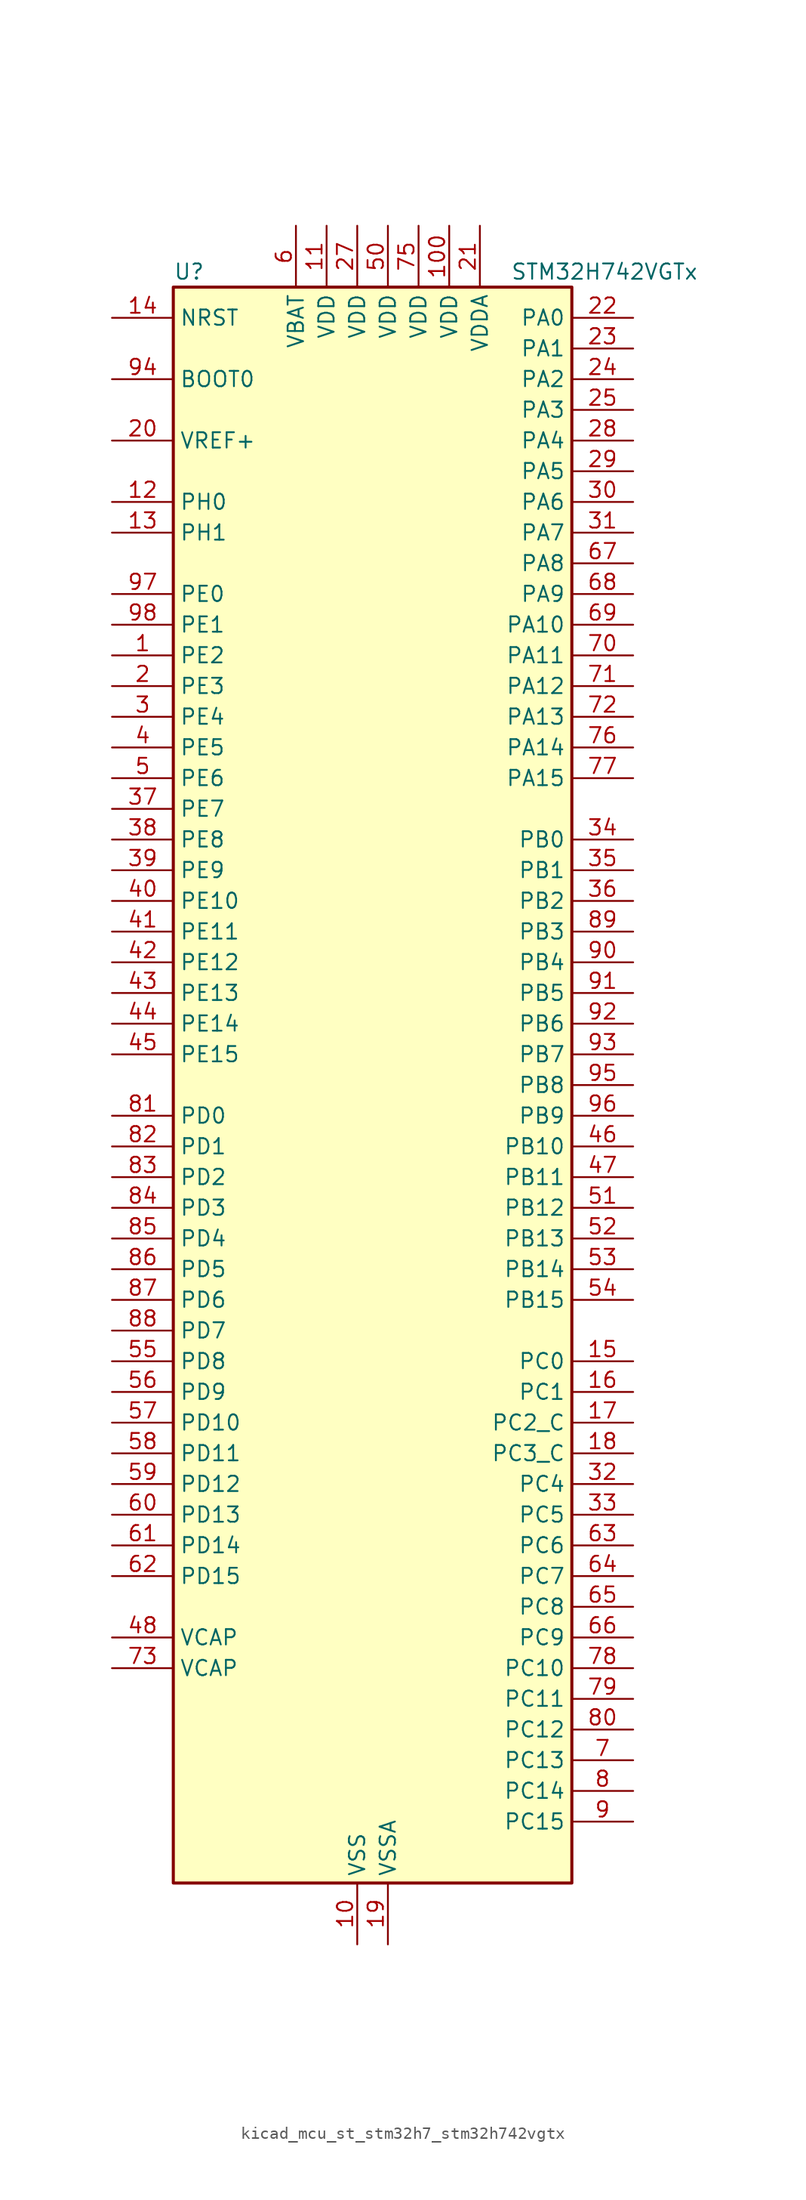
<source format=kicad_sym>
(kicad_symbol_lib
  (version 20220914)
  (generator kicad_symbol_editor)
  (symbol "kicad_mcu_st_stm32h7_stm32h742vgtx"
    (property "Reference" "U"
      (at -15.24 67.31 0)
      (effects (font (size 1.27 1.27)) (justify left)))
    (property "Value" "STM32H742VGTx"
      (at 12.7 67.31 0)
      (effects (font (size 1.27 1.27)) (justify left)))
    (property "ki_locked" ""
      (at 0 0 0)
      (effects (font (size 1.27 1.27))))
    (symbol "kicad_mcu_st_stm32h7_stm32h742vgtx_0_1"
      (rectangle (start -15.24 -66.04) (end 17.78 66.04) (stroke (width 0.254) (type default)) (fill (type background))))
    (symbol "kicad_mcu_st_stm32h7_stm32h742vgtx_1_1"
      (pin bidirectional line (at -20.32 35.56 0) (length 5.08) (name "PE2" (effects (font (size 1.27 1.27)))) (number "1" (effects (font (size 1.27 1.27)))) (alternate "DEBUG_TRACECLK" bidirectional line) (alternate "ETH_TXD3" bidirectional line) (alternate "FMC_A23" bidirectional line) (alternate "QUADSPI_BK1_IO2" bidirectional line) (alternate "SAI1_CK1" bidirectional line) (alternate "SAI1_MCLK_A" bidirectional line) (alternate "SAI4_CK1" bidirectional line) (alternate "SAI4_MCLK_A" bidirectional line) (alternate "SPI4_SCK" bidirectional line))
      (pin power_in line (at 0 -71.12 90) (length 5.08) (name "VSS" (effects (font (size 1.27 1.27)))) (number "10" (effects (font (size 1.27 1.27)))))
      (pin power_in line (at 7.62 71.12 270) (length 5.08) (name "VDD" (effects (font (size 1.27 1.27)))) (number "100" (effects (font (size 1.27 1.27)))))
      (pin power_in line (at -2.54 71.12 270) (length 5.08) (name "VDD" (effects (font (size 1.27 1.27)))) (number "11" (effects (font (size 1.27 1.27)))))
      (pin bidirectional line (at -20.32 48.26 0) (length 5.08) (name "PH0" (effects (font (size 1.27 1.27)))) (number "12" (effects (font (size 1.27 1.27)))) (alternate "RCC_OSC_IN" bidirectional line))
      (pin bidirectional line (at -20.32 45.72 0) (length 5.08) (name "PH1" (effects (font (size 1.27 1.27)))) (number "13" (effects (font (size 1.27 1.27)))) (alternate "RCC_OSC_OUT" bidirectional line))
      (pin input line (at -20.32 63.5 0) (length 5.08) (name "NRST" (effects (font (size 1.27 1.27)))) (number "14" (effects (font (size 1.27 1.27)))))
      (pin bidirectional line (at 22.86 -22.86 180) (length 5.08) (name "PC0" (effects (font (size 1.27 1.27)))) (number "15" (effects (font (size 1.27 1.27)))) (alternate "ADC1_INP10" bidirectional line) (alternate "ADC2_INP10" bidirectional line) (alternate "ADC3_INP10" bidirectional line) (alternate "DFSDM1_CKIN0" bidirectional line) (alternate "DFSDM1_DATIN4" bidirectional line) (alternate "FMC_SDNWE" bidirectional line) (alternate "SAI2_FS_B" bidirectional line) (alternate "USB_OTG_HS_ULPI_STP" bidirectional line))
      (pin bidirectional line (at 22.86 -25.4 180) (length 5.08) (name "PC1" (effects (font (size 1.27 1.27)))) (number "16" (effects (font (size 1.27 1.27)))) (alternate "ADC1_INN10" bidirectional line) (alternate "ADC1_INP11" bidirectional line) (alternate "ADC2_INN10" bidirectional line) (alternate "ADC2_INP11" bidirectional line) (alternate "ADC3_INN10" bidirectional line) (alternate "ADC3_INP11" bidirectional line) (alternate "DEBUG_TRACED0" bidirectional line) (alternate "DFSDM1_CKIN4" bidirectional line) (alternate "DFSDM1_DATIN0" bidirectional line) (alternate "ETH_MDC" bidirectional line) (alternate "I2S2_SDO" bidirectional line) (alternate "MDIOS_MDC" bidirectional line) (alternate "PWR_WKUP5" bidirectional line) (alternate "RTC_TAMP3" bidirectional line) (alternate "SAI1_D1" bidirectional line) (alternate "SAI1_SD_A" bidirectional line) (alternate "SAI4_D1" bidirectional line) (alternate "SAI4_SD_A" bidirectional line) (alternate "SDMMC2_CK" bidirectional line) (alternate "SPI2_MOSI" bidirectional line))
      (pin bidirectional line (at 22.86 -27.94 180) (length 5.08) (name "PC2_C" (effects (font (size 1.27 1.27)))) (number "17" (effects (font (size 1.27 1.27)))) (alternate "ADC3_INN1" bidirectional line) (alternate "ADC3_INP0" bidirectional line) (alternate "DFSDM1_CKIN1" bidirectional line) (alternate "DFSDM1_CKOUT" bidirectional line) (alternate "ETH_TXD2" bidirectional line) (alternate "FMC_SDNE0" bidirectional line) (alternate "I2S2_SDI" bidirectional line) (alternate "PWR_CSTOP" bidirectional line) (alternate "SPI2_MISO" bidirectional line) (alternate "USB_OTG_HS_ULPI_DIR" bidirectional line))
      (pin bidirectional line (at 22.86 -30.48 180) (length 5.08) (name "PC3_C" (effects (font (size 1.27 1.27)))) (number "18" (effects (font (size 1.27 1.27)))) (alternate "ADC3_INP1" bidirectional line) (alternate "DFSDM1_DATIN1" bidirectional line) (alternate "ETH_TX_CLK" bidirectional line) (alternate "FMC_SDCKE0" bidirectional line) (alternate "I2S2_SDO" bidirectional line) (alternate "PWR_CSLEEP" bidirectional line) (alternate "SPI2_MOSI" bidirectional line) (alternate "USB_OTG_HS_ULPI_NXT" bidirectional line))
      (pin power_in line (at 2.54 -71.12 90) (length 5.08) (name "VSSA" (effects (font (size 1.27 1.27)))) (number "19" (effects (font (size 1.27 1.27)))))
      (pin bidirectional line (at -20.32 33.02 0) (length 5.08) (name "PE3" (effects (font (size 1.27 1.27)))) (number "2" (effects (font (size 1.27 1.27)))) (alternate "DEBUG_TRACED0" bidirectional line) (alternate "FMC_A19" bidirectional line) (alternate "SAI1_SD_B" bidirectional line) (alternate "SAI4_SD_B" bidirectional line) (alternate "TIM15_BKIN" bidirectional line))
      (pin input line (at -20.32 53.34 0) (length 5.08) (name "VREF+" (effects (font (size 1.27 1.27)))) (number "20" (effects (font (size 1.27 1.27)))) (alternate "VREFBUF_OUT" bidirectional line))
      (pin power_in line (at 10.16 71.12 270) (length 5.08) (name "VDDA" (effects (font (size 1.27 1.27)))) (number "21" (effects (font (size 1.27 1.27)))))
      (pin bidirectional line (at 22.86 63.5 180) (length 5.08) (name "PA0" (effects (font (size 1.27 1.27)))) (number "22" (effects (font (size 1.27 1.27)))) (alternate "ADC1_INP16" bidirectional line) (alternate "ETH_CRS" bidirectional line) (alternate "PWR_WKUP0" bidirectional line) (alternate "SAI2_SD_B" bidirectional line) (alternate "SDMMC2_CMD" bidirectional line) (alternate "TIM15_BKIN" bidirectional line) (alternate "TIM2_CH1" bidirectional line) (alternate "TIM2_ETR" bidirectional line) (alternate "TIM5_CH1" bidirectional line) (alternate "TIM8_ETR" bidirectional line) (alternate "UART4_TX" bidirectional line) (alternate "USART2_CTS" bidirectional line) (alternate "USART2_NSS" bidirectional line))
      (pin bidirectional line (at 22.86 60.96 180) (length 5.08) (name "PA1" (effects (font (size 1.27 1.27)))) (number "23" (effects (font (size 1.27 1.27)))) (alternate "ADC1_INN16" bidirectional line) (alternate "ADC1_INP17" bidirectional line) (alternate "ETH_REF_CLK" bidirectional line) (alternate "ETH_RX_CLK" bidirectional line) (alternate "LPTIM3_OUT" bidirectional line) (alternate "QUADSPI_BK1_IO3" bidirectional line) (alternate "SAI2_MCLK_B" bidirectional line) (alternate "TIM15_CH1N" bidirectional line) (alternate "TIM2_CH2" bidirectional line) (alternate "TIM5_CH2" bidirectional line) (alternate "UART4_RX" bidirectional line) (alternate "USART2_DE" bidirectional line) (alternate "USART2_RTS" bidirectional line))
      (pin bidirectional line (at 22.86 58.42 180) (length 5.08) (name "PA2" (effects (font (size 1.27 1.27)))) (number "24" (effects (font (size 1.27 1.27)))) (alternate "ADC1_INP14" bidirectional line) (alternate "ADC2_INP14" bidirectional line) (alternate "ETH_MDIO" bidirectional line) (alternate "LPTIM4_OUT" bidirectional line) (alternate "MDIOS_MDIO" bidirectional line) (alternate "PWR_WKUP1" bidirectional line) (alternate "SAI2_SCK_B" bidirectional line) (alternate "TIM15_CH1" bidirectional line) (alternate "TIM2_CH3" bidirectional line) (alternate "TIM5_CH3" bidirectional line) (alternate "USART2_TX" bidirectional line))
      (pin bidirectional line (at 22.86 55.88 180) (length 5.08) (name "PA3" (effects (font (size 1.27 1.27)))) (number "25" (effects (font (size 1.27 1.27)))) (alternate "ADC1_INP15" bidirectional line) (alternate "ADC2_INP15" bidirectional line) (alternate "ETH_COL" bidirectional line) (alternate "LPTIM5_OUT" bidirectional line) (alternate "TIM15_CH2" bidirectional line) (alternate "TIM2_CH4" bidirectional line) (alternate "TIM5_CH4" bidirectional line) (alternate "USART2_RX" bidirectional line) (alternate "USB_OTG_HS_ULPI_D0" bidirectional line))
      (pin passive line (at 0 -71.12 90) (length 5.08) hide (name "VSS" (effects (font (size 1.27 1.27)))) (number "26" (effects (font (size 1.27 1.27)))))
      (pin power_in line (at 0 71.12 270) (length 5.08) (name "VDD" (effects (font (size 1.27 1.27)))) (number "27" (effects (font (size 1.27 1.27)))))
      (pin bidirectional line (at 22.86 53.34 180) (length 5.08) (name "PA4" (effects (font (size 1.27 1.27)))) (number "28" (effects (font (size 1.27 1.27)))) (alternate "ADC1_INP18" bidirectional line) (alternate "ADC2_INP18" bidirectional line) (alternate "DAC1_OUT1" bidirectional line) (alternate "DCMI_HSYNC" bidirectional line) (alternate "I2S1_WS" bidirectional line) (alternate "I2S3_WS" bidirectional line) (alternate "SPI1_NSS" bidirectional line) (alternate "SPI3_NSS" bidirectional line) (alternate "SPI6_NSS" bidirectional line) (alternate "TIM5_ETR" bidirectional line) (alternate "USART2_CK" bidirectional line) (alternate "USB_OTG_HS_SOF" bidirectional line))
      (pin bidirectional line (at 22.86 50.8 180) (length 5.08) (name "PA5" (effects (font (size 1.27 1.27)))) (number "29" (effects (font (size 1.27 1.27)))) (alternate "ADC1_INN18" bidirectional line) (alternate "ADC1_INP19" bidirectional line) (alternate "ADC2_INN18" bidirectional line) (alternate "ADC2_INP19" bidirectional line) (alternate "DAC1_OUT2" bidirectional line) (alternate "I2S1_CK" bidirectional line) (alternate "PWR_NDSTOP2" bidirectional line) (alternate "SPI1_SCK" bidirectional line) (alternate "SPI6_SCK" bidirectional line) (alternate "TIM2_CH1" bidirectional line) (alternate "TIM2_ETR" bidirectional line) (alternate "TIM8_CH1N" bidirectional line) (alternate "USB_OTG_HS_ULPI_CK" bidirectional line))
      (pin bidirectional line (at -20.32 30.48 0) (length 5.08) (name "PE4" (effects (font (size 1.27 1.27)))) (number "3" (effects (font (size 1.27 1.27)))) (alternate "DCMI_D4" bidirectional line) (alternate "DEBUG_TRACED1" bidirectional line) (alternate "DFSDM1_DATIN3" bidirectional line) (alternate "FMC_A20" bidirectional line) (alternate "SAI1_D2" bidirectional line) (alternate "SAI1_FS_A" bidirectional line) (alternate "SAI4_D2" bidirectional line) (alternate "SAI4_FS_A" bidirectional line) (alternate "SPI4_NSS" bidirectional line) (alternate "TIM15_CH1N" bidirectional line))
      (pin bidirectional line (at 22.86 48.26 180) (length 5.08) (name "PA6" (effects (font (size 1.27 1.27)))) (number "30" (effects (font (size 1.27 1.27)))) (alternate "ADC1_INP3" bidirectional line) (alternate "ADC2_INP3" bidirectional line) (alternate "DCMI_PIXCLK" bidirectional line) (alternate "I2S1_SDI" bidirectional line) (alternate "MDIOS_MDC" bidirectional line) (alternate "SPI1_MISO" bidirectional line) (alternate "SPI6_MISO" bidirectional line) (alternate "TIM13_CH1" bidirectional line) (alternate "TIM1_BKIN" bidirectional line) (alternate "TIM1_BKIN_COMP1" bidirectional line) (alternate "TIM1_BKIN_COMP2" bidirectional line) (alternate "TIM3_CH1" bidirectional line) (alternate "TIM8_BKIN" bidirectional line) (alternate "TIM8_BKIN_COMP1" bidirectional line) (alternate "TIM8_BKIN_COMP2" bidirectional line))
      (pin bidirectional line (at 22.86 45.72 180) (length 5.08) (name "PA7" (effects (font (size 1.27 1.27)))) (number "31" (effects (font (size 1.27 1.27)))) (alternate "ADC1_INN3" bidirectional line) (alternate "ADC1_INP7" bidirectional line) (alternate "ADC2_INN3" bidirectional line) (alternate "ADC2_INP7" bidirectional line) (alternate "ETH_CRS_DV" bidirectional line) (alternate "ETH_RX_DV" bidirectional line) (alternate "FMC_SDNWE" bidirectional line) (alternate "I2S1_SDO" bidirectional line) (alternate "OPAMP1_VINM" bidirectional line) (alternate "OPAMP1_VINM1" bidirectional line) (alternate "SPI1_MOSI" bidirectional line) (alternate "SPI6_MOSI" bidirectional line) (alternate "TIM14_CH1" bidirectional line) (alternate "TIM1_CH1N" bidirectional line) (alternate "TIM3_CH2" bidirectional line) (alternate "TIM8_CH1N" bidirectional line))
      (pin bidirectional line (at 22.86 -33.02 180) (length 5.08) (name "PC4" (effects (font (size 1.27 1.27)))) (number "32" (effects (font (size 1.27 1.27)))) (alternate "ADC1_INP4" bidirectional line) (alternate "ADC2_INP4" bidirectional line) (alternate "COMP1_INM" bidirectional line) (alternate "DFSDM1_CKIN2" bidirectional line) (alternate "ETH_RXD0" bidirectional line) (alternate "FMC_SDNE0" bidirectional line) (alternate "I2S1_MCK" bidirectional line) (alternate "OPAMP1_VOUT" bidirectional line) (alternate "SPDIFRX1_IN2" bidirectional line))
      (pin bidirectional line (at 22.86 -35.56 180) (length 5.08) (name "PC5" (effects (font (size 1.27 1.27)))) (number "33" (effects (font (size 1.27 1.27)))) (alternate "ADC1_INN4" bidirectional line) (alternate "ADC1_INP8" bidirectional line) (alternate "ADC2_INN4" bidirectional line) (alternate "ADC2_INP8" bidirectional line) (alternate "COMP1_OUT" bidirectional line) (alternate "DFSDM1_DATIN2" bidirectional line) (alternate "ETH_RXD1" bidirectional line) (alternate "FMC_SDCKE0" bidirectional line) (alternate "OPAMP1_VINM" bidirectional line) (alternate "OPAMP1_VINM0" bidirectional line) (alternate "SAI1_D3" bidirectional line) (alternate "SAI4_D3" bidirectional line) (alternate "SPDIFRX1_IN3" bidirectional line))
      (pin bidirectional line (at 22.86 20.32 180) (length 5.08) (name "PB0" (effects (font (size 1.27 1.27)))) (number "34" (effects (font (size 1.27 1.27)))) (alternate "ADC1_INN5" bidirectional line) (alternate "ADC1_INP9" bidirectional line) (alternate "ADC2_INN5" bidirectional line) (alternate "ADC2_INP9" bidirectional line) (alternate "COMP1_INP" bidirectional line) (alternate "DFSDM1_CKOUT" bidirectional line) (alternate "ETH_RXD2" bidirectional line) (alternate "OPAMP1_VINP" bidirectional line) (alternate "TIM1_CH2N" bidirectional line) (alternate "TIM3_CH3" bidirectional line) (alternate "TIM8_CH2N" bidirectional line) (alternate "UART4_CTS" bidirectional line) (alternate "USB_OTG_HS_ULPI_D1" bidirectional line))
      (pin bidirectional line (at 22.86 17.78 180) (length 5.08) (name "PB1" (effects (font (size 1.27 1.27)))) (number "35" (effects (font (size 1.27 1.27)))) (alternate "ADC1_INP5" bidirectional line) (alternate "ADC2_INP5" bidirectional line) (alternate "COMP1_INM" bidirectional line) (alternate "DFSDM1_DATIN1" bidirectional line) (alternate "ETH_RXD3" bidirectional line) (alternate "TIM1_CH3N" bidirectional line) (alternate "TIM3_CH4" bidirectional line) (alternate "TIM8_CH3N" bidirectional line) (alternate "USB_OTG_HS_ULPI_D2" bidirectional line))
      (pin bidirectional line (at 22.86 15.24 180) (length 5.08) (name "PB2" (effects (font (size 1.27 1.27)))) (number "36" (effects (font (size 1.27 1.27)))) (alternate "COMP1_INP" bidirectional line) (alternate "DFSDM1_CKIN1" bidirectional line) (alternate "I2S3_SDO" bidirectional line) (alternate "QUADSPI_CLK" bidirectional line) (alternate "RTC_OUT_ALARM" bidirectional line) (alternate "RTC_OUT_CALIB" bidirectional line) (alternate "SAI1_D1" bidirectional line) (alternate "SAI1_SD_A" bidirectional line) (alternate "SAI4_D1" bidirectional line) (alternate "SAI4_SD_A" bidirectional line) (alternate "SPI3_MOSI" bidirectional line))
      (pin bidirectional line (at -20.32 22.86 0) (length 5.08) (name "PE7" (effects (font (size 1.27 1.27)))) (number "37" (effects (font (size 1.27 1.27)))) (alternate "COMP2_INM" bidirectional line) (alternate "DFSDM1_DATIN2" bidirectional line) (alternate "FMC_D4" bidirectional line) (alternate "FMC_DA4" bidirectional line) (alternate "OPAMP2_VOUT" bidirectional line) (alternate "QUADSPI_BK2_IO0" bidirectional line) (alternate "TIM1_ETR" bidirectional line) (alternate "UART7_RX" bidirectional line))
      (pin bidirectional line (at -20.32 20.32 0) (length 5.08) (name "PE8" (effects (font (size 1.27 1.27)))) (number "38" (effects (font (size 1.27 1.27)))) (alternate "COMP2_OUT" bidirectional line) (alternate "DFSDM1_CKIN2" bidirectional line) (alternate "FMC_D5" bidirectional line) (alternate "FMC_DA5" bidirectional line) (alternate "OPAMP2_VINM" bidirectional line) (alternate "OPAMP2_VINM0" bidirectional line) (alternate "QUADSPI_BK2_IO1" bidirectional line) (alternate "TIM1_CH1N" bidirectional line) (alternate "UART7_TX" bidirectional line))
      (pin bidirectional line (at -20.32 17.78 0) (length 5.08) (name "PE9" (effects (font (size 1.27 1.27)))) (number "39" (effects (font (size 1.27 1.27)))) (alternate "COMP2_INP" bidirectional line) (alternate "DAC1_EXTI9" bidirectional line) (alternate "DFSDM1_CKOUT" bidirectional line) (alternate "FMC_D6" bidirectional line) (alternate "FMC_DA6" bidirectional line) (alternate "OPAMP2_VINP" bidirectional line) (alternate "QUADSPI_BK2_IO2" bidirectional line) (alternate "TIM1_CH1" bidirectional line) (alternate "UART7_DE" bidirectional line) (alternate "UART7_RTS" bidirectional line))
      (pin bidirectional line (at -20.32 27.94 0) (length 5.08) (name "PE5" (effects (font (size 1.27 1.27)))) (number "4" (effects (font (size 1.27 1.27)))) (alternate "DCMI_D6" bidirectional line) (alternate "DEBUG_TRACED2" bidirectional line) (alternate "DFSDM1_CKIN3" bidirectional line) (alternate "FMC_A21" bidirectional line) (alternate "SAI1_CK2" bidirectional line) (alternate "SAI1_SCK_A" bidirectional line) (alternate "SAI4_CK2" bidirectional line) (alternate "SAI4_SCK_A" bidirectional line) (alternate "SPI4_MISO" bidirectional line) (alternate "TIM15_CH1" bidirectional line))
      (pin bidirectional line (at -20.32 15.24 0) (length 5.08) (name "PE10" (effects (font (size 1.27 1.27)))) (number "40" (effects (font (size 1.27 1.27)))) (alternate "COMP2_INM" bidirectional line) (alternate "DFSDM1_DATIN4" bidirectional line) (alternate "FMC_D7" bidirectional line) (alternate "FMC_DA7" bidirectional line) (alternate "QUADSPI_BK2_IO3" bidirectional line) (alternate "TIM1_CH2N" bidirectional line) (alternate "UART7_CTS" bidirectional line))
      (pin bidirectional line (at -20.32 12.7 0) (length 5.08) (name "PE11" (effects (font (size 1.27 1.27)))) (number "41" (effects (font (size 1.27 1.27)))) (alternate "ADC1_EXTI11" bidirectional line) (alternate "ADC2_EXTI11" bidirectional line) (alternate "ADC3_EXTI11" bidirectional line) (alternate "COMP2_INP" bidirectional line) (alternate "DFSDM1_CKIN4" bidirectional line) (alternate "FMC_D8" bidirectional line) (alternate "FMC_DA8" bidirectional line) (alternate "SAI2_SD_B" bidirectional line) (alternate "SPI4_NSS" bidirectional line) (alternate "TIM1_CH2" bidirectional line))
      (pin bidirectional line (at -20.32 10.16 0) (length 5.08) (name "PE12" (effects (font (size 1.27 1.27)))) (number "42" (effects (font (size 1.27 1.27)))) (alternate "COMP1_OUT" bidirectional line) (alternate "DFSDM1_DATIN5" bidirectional line) (alternate "FMC_D9" bidirectional line) (alternate "FMC_DA9" bidirectional line) (alternate "SAI2_SCK_B" bidirectional line) (alternate "SPI4_SCK" bidirectional line) (alternate "TIM1_CH3N" bidirectional line))
      (pin bidirectional line (at -20.32 7.62 0) (length 5.08) (name "PE13" (effects (font (size 1.27 1.27)))) (number "43" (effects (font (size 1.27 1.27)))) (alternate "COMP2_OUT" bidirectional line) (alternate "DFSDM1_CKIN5" bidirectional line) (alternate "FMC_D10" bidirectional line) (alternate "FMC_DA10" bidirectional line) (alternate "SAI2_FS_B" bidirectional line) (alternate "SPI4_MISO" bidirectional line) (alternate "TIM1_CH3" bidirectional line))
      (pin bidirectional line (at -20.32 5.08 0) (length 5.08) (name "PE14" (effects (font (size 1.27 1.27)))) (number "44" (effects (font (size 1.27 1.27)))) (alternate "FMC_D11" bidirectional line) (alternate "FMC_DA11" bidirectional line) (alternate "SAI2_MCLK_B" bidirectional line) (alternate "SPI4_MOSI" bidirectional line) (alternate "TIM1_CH4" bidirectional line))
      (pin bidirectional line (at -20.32 2.54 0) (length 5.08) (name "PE15" (effects (font (size 1.27 1.27)))) (number "45" (effects (font (size 1.27 1.27)))) (alternate "ADC1_EXTI15" bidirectional line) (alternate "ADC2_EXTI15" bidirectional line) (alternate "ADC3_EXTI15" bidirectional line) (alternate "FMC_D12" bidirectional line) (alternate "FMC_DA12" bidirectional line) (alternate "TIM1_BKIN" bidirectional line) (alternate "TIM1_BKIN_COMP1" bidirectional line) (alternate "TIM1_BKIN_COMP2" bidirectional line))
      (pin bidirectional line (at 22.86 -5.08 180) (length 5.08) (name "PB10" (effects (font (size 1.27 1.27)))) (number "46" (effects (font (size 1.27 1.27)))) (alternate "DFSDM1_DATIN7" bidirectional line) (alternate "ETH_RX_ER" bidirectional line) (alternate "HRTIM_SCOUT" bidirectional line) (alternate "I2C2_SCL" bidirectional line) (alternate "I2S2_CK" bidirectional line) (alternate "LPTIM2_IN1" bidirectional line) (alternate "QUADSPI_BK1_NCS" bidirectional line) (alternate "SPI2_SCK" bidirectional line) (alternate "TIM2_CH3" bidirectional line) (alternate "USART3_TX" bidirectional line) (alternate "USB_OTG_HS_ULPI_D3" bidirectional line))
      (pin bidirectional line (at 22.86 -7.62 180) (length 5.08) (name "PB11" (effects (font (size 1.27 1.27)))) (number "47" (effects (font (size 1.27 1.27)))) (alternate "ADC1_EXTI11" bidirectional line) (alternate "ADC2_EXTI11" bidirectional line) (alternate "ADC3_EXTI11" bidirectional line) (alternate "DFSDM1_CKIN7" bidirectional line) (alternate "ETH_TX_EN" bidirectional line) (alternate "HRTIM_SCIN" bidirectional line) (alternate "I2C2_SDA" bidirectional line) (alternate "LPTIM2_ETR" bidirectional line) (alternate "TIM2_CH4" bidirectional line) (alternate "USART3_RX" bidirectional line) (alternate "USB_OTG_HS_ULPI_D4" bidirectional line))
      (pin power_out line (at -20.32 -45.72 0) (length 5.08) (name "VCAP" (effects (font (size 1.27 1.27)))) (number "48" (effects (font (size 1.27 1.27)))))
      (pin passive line (at 0 -71.12 90) (length 5.08) hide (name "VSS" (effects (font (size 1.27 1.27)))) (number "49" (effects (font (size 1.27 1.27)))))
      (pin bidirectional line (at -20.32 25.4 0) (length 5.08) (name "PE6" (effects (font (size 1.27 1.27)))) (number "5" (effects (font (size 1.27 1.27)))) (alternate "DCMI_D7" bidirectional line) (alternate "DEBUG_TRACED3" bidirectional line) (alternate "FMC_A22" bidirectional line) (alternate "SAI1_D1" bidirectional line) (alternate "SAI1_SD_A" bidirectional line) (alternate "SAI2_MCLK_B" bidirectional line) (alternate "SAI4_D1" bidirectional line) (alternate "SAI4_SD_A" bidirectional line) (alternate "SPI4_MOSI" bidirectional line) (alternate "TIM15_CH2" bidirectional line) (alternate "TIM1_BKIN2" bidirectional line) (alternate "TIM1_BKIN2_COMP1" bidirectional line) (alternate "TIM1_BKIN2_COMP2" bidirectional line))
      (pin power_in line (at 2.54 71.12 270) (length 5.08) (name "VDD" (effects (font (size 1.27 1.27)))) (number "50" (effects (font (size 1.27 1.27)))))
      (pin bidirectional line (at 22.86 -10.16 180) (length 5.08) (name "PB12" (effects (font (size 1.27 1.27)))) (number "51" (effects (font (size 1.27 1.27)))) (alternate "DFSDM1_DATIN1" bidirectional line) (alternate "ETH_TXD0" bidirectional line) (alternate "FDCAN2_RX" bidirectional line) (alternate "I2C2_SMBA" bidirectional line) (alternate "I2S2_WS" bidirectional line) (alternate "SPI2_NSS" bidirectional line) (alternate "TIM1_BKIN" bidirectional line) (alternate "TIM1_BKIN_COMP1" bidirectional line) (alternate "TIM1_BKIN_COMP2" bidirectional line) (alternate "UART5_RX" bidirectional line) (alternate "USART3_CK" bidirectional line) (alternate "USB_OTG_HS_ID" bidirectional line) (alternate "USB_OTG_HS_ULPI_D5" bidirectional line))
      (pin bidirectional line (at 22.86 -12.7 180) (length 5.08) (name "PB13" (effects (font (size 1.27 1.27)))) (number "52" (effects (font (size 1.27 1.27)))) (alternate "DFSDM1_CKIN1" bidirectional line) (alternate "ETH_TXD1" bidirectional line) (alternate "FDCAN2_TX" bidirectional line) (alternate "I2S2_CK" bidirectional line) (alternate "LPTIM2_OUT" bidirectional line) (alternate "SPI2_SCK" bidirectional line) (alternate "TIM1_CH1N" bidirectional line) (alternate "UART5_TX" bidirectional line) (alternate "USART3_CTS" bidirectional line) (alternate "USART3_NSS" bidirectional line) (alternate "USB_OTG_HS_ULPI_D6" bidirectional line) (alternate "USB_OTG_HS_VBUS" bidirectional line))
      (pin bidirectional line (at 22.86 -15.24 180) (length 5.08) (name "PB14" (effects (font (size 1.27 1.27)))) (number "53" (effects (font (size 1.27 1.27)))) (alternate "DFSDM1_DATIN2" bidirectional line) (alternate "I2S2_SDI" bidirectional line) (alternate "SDMMC2_D0" bidirectional line) (alternate "SPI2_MISO" bidirectional line) (alternate "TIM12_CH1" bidirectional line) (alternate "TIM1_CH2N" bidirectional line) (alternate "TIM8_CH2N" bidirectional line) (alternate "UART4_DE" bidirectional line) (alternate "UART4_RTS" bidirectional line) (alternate "USART1_TX" bidirectional line) (alternate "USART3_DE" bidirectional line) (alternate "USART3_RTS" bidirectional line) (alternate "USB_OTG_HS_DM" bidirectional line))
      (pin bidirectional line (at 22.86 -17.78 180) (length 5.08) (name "PB15" (effects (font (size 1.27 1.27)))) (number "54" (effects (font (size 1.27 1.27)))) (alternate "ADC1_EXTI15" bidirectional line) (alternate "ADC2_EXTI15" bidirectional line) (alternate "ADC3_EXTI15" bidirectional line) (alternate "DFSDM1_CKIN2" bidirectional line) (alternate "I2S2_SDO" bidirectional line) (alternate "RTC_REFIN" bidirectional line) (alternate "SDMMC2_D1" bidirectional line) (alternate "SPI2_MOSI" bidirectional line) (alternate "TIM12_CH2" bidirectional line) (alternate "TIM1_CH3N" bidirectional line) (alternate "TIM8_CH3N" bidirectional line) (alternate "UART4_CTS" bidirectional line) (alternate "USART1_RX" bidirectional line) (alternate "USB_OTG_HS_DP" bidirectional line))
      (pin bidirectional line (at -20.32 -22.86 0) (length 5.08) (name "PD8" (effects (font (size 1.27 1.27)))) (number "55" (effects (font (size 1.27 1.27)))) (alternate "DFSDM1_CKIN3" bidirectional line) (alternate "FMC_D13" bidirectional line) (alternate "FMC_DA13" bidirectional line) (alternate "SAI3_SCK_B" bidirectional line) (alternate "SPDIFRX1_IN1" bidirectional line) (alternate "USART3_TX" bidirectional line))
      (pin bidirectional line (at -20.32 -25.4 0) (length 5.08) (name "PD9" (effects (font (size 1.27 1.27)))) (number "56" (effects (font (size 1.27 1.27)))) (alternate "DAC1_EXTI9" bidirectional line) (alternate "DFSDM1_DATIN3" bidirectional line) (alternate "FMC_D14" bidirectional line) (alternate "FMC_DA14" bidirectional line) (alternate "SAI3_SD_B" bidirectional line) (alternate "USART3_RX" bidirectional line))
      (pin bidirectional line (at -20.32 -27.94 0) (length 5.08) (name "PD10" (effects (font (size 1.27 1.27)))) (number "57" (effects (font (size 1.27 1.27)))) (alternate "DFSDM1_CKOUT" bidirectional line) (alternate "FMC_D15" bidirectional line) (alternate "FMC_DA15" bidirectional line) (alternate "SAI3_FS_B" bidirectional line) (alternate "USART3_CK" bidirectional line))
      (pin bidirectional line (at -20.32 -30.48 0) (length 5.08) (name "PD11" (effects (font (size 1.27 1.27)))) (number "58" (effects (font (size 1.27 1.27)))) (alternate "ADC1_EXTI11" bidirectional line) (alternate "ADC2_EXTI11" bidirectional line) (alternate "ADC3_EXTI11" bidirectional line) (alternate "FMC_A16" bidirectional line) (alternate "FMC_CLE" bidirectional line) (alternate "I2C4_SMBA" bidirectional line) (alternate "LPTIM2_IN2" bidirectional line) (alternate "QUADSPI_BK1_IO0" bidirectional line) (alternate "SAI2_SD_A" bidirectional line) (alternate "USART3_CTS" bidirectional line) (alternate "USART3_NSS" bidirectional line))
      (pin bidirectional line (at -20.32 -33.02 0) (length 5.08) (name "PD12" (effects (font (size 1.27 1.27)))) (number "59" (effects (font (size 1.27 1.27)))) (alternate "FMC_A17" bidirectional line) (alternate "FMC_ALE" bidirectional line) (alternate "I2C4_SCL" bidirectional line) (alternate "LPTIM1_IN1" bidirectional line) (alternate "LPTIM2_IN1" bidirectional line) (alternate "QUADSPI_BK1_IO1" bidirectional line) (alternate "SAI2_FS_A" bidirectional line) (alternate "TIM4_CH1" bidirectional line) (alternate "USART3_DE" bidirectional line) (alternate "USART3_RTS" bidirectional line))
      (pin power_in line (at -5.08 71.12 270) (length 5.08) (name "VBAT" (effects (font (size 1.27 1.27)))) (number "6" (effects (font (size 1.27 1.27)))))
      (pin bidirectional line (at -20.32 -35.56 0) (length 5.08) (name "PD13" (effects (font (size 1.27 1.27)))) (number "60" (effects (font (size 1.27 1.27)))) (alternate "FMC_A18" bidirectional line) (alternate "I2C4_SDA" bidirectional line) (alternate "LPTIM1_OUT" bidirectional line) (alternate "QUADSPI_BK1_IO3" bidirectional line) (alternate "SAI2_SCK_A" bidirectional line) (alternate "TIM4_CH2" bidirectional line))
      (pin bidirectional line (at -20.32 -38.1 0) (length 5.08) (name "PD14" (effects (font (size 1.27 1.27)))) (number "61" (effects (font (size 1.27 1.27)))) (alternate "FMC_D0" bidirectional line) (alternate "FMC_DA0" bidirectional line) (alternate "SAI3_MCLK_B" bidirectional line) (alternate "TIM4_CH3" bidirectional line) (alternate "UART8_CTS" bidirectional line))
      (pin bidirectional line (at -20.32 -40.64 0) (length 5.08) (name "PD15" (effects (font (size 1.27 1.27)))) (number "62" (effects (font (size 1.27 1.27)))) (alternate "ADC1_EXTI15" bidirectional line) (alternate "ADC2_EXTI15" bidirectional line) (alternate "ADC3_EXTI15" bidirectional line) (alternate "FMC_D1" bidirectional line) (alternate "FMC_DA1" bidirectional line) (alternate "SAI3_MCLK_A" bidirectional line) (alternate "TIM4_CH4" bidirectional line) (alternate "UART8_DE" bidirectional line) (alternate "UART8_RTS" bidirectional line))
      (pin bidirectional line (at 22.86 -38.1 180) (length 5.08) (name "PC6" (effects (font (size 1.27 1.27)))) (number "63" (effects (font (size 1.27 1.27)))) (alternate "DCMI_D0" bidirectional line) (alternate "DFSDM1_CKIN3" bidirectional line) (alternate "FMC_NWAIT" bidirectional line) (alternate "HRTIM_CHA1" bidirectional line) (alternate "I2S2_MCK" bidirectional line) (alternate "SDMMC1_D0DIR" bidirectional line) (alternate "SDMMC1_D6" bidirectional line) (alternate "SDMMC2_D6" bidirectional line) (alternate "SWPMI1_IO" bidirectional line) (alternate "TIM3_CH1" bidirectional line) (alternate "TIM8_CH1" bidirectional line) (alternate "USART6_TX" bidirectional line))
      (pin bidirectional line (at 22.86 -40.64 180) (length 5.08) (name "PC7" (effects (font (size 1.27 1.27)))) (number "64" (effects (font (size 1.27 1.27)))) (alternate "DCMI_D1" bidirectional line) (alternate "DEBUG_TRGIO" bidirectional line) (alternate "DFSDM1_DATIN3" bidirectional line) (alternate "FMC_NE1" bidirectional line) (alternate "HRTIM_CHA2" bidirectional line) (alternate "I2S3_MCK" bidirectional line) (alternate "SDMMC1_D123DIR" bidirectional line) (alternate "SDMMC1_D7" bidirectional line) (alternate "SDMMC2_D7" bidirectional line) (alternate "SWPMI1_TX" bidirectional line) (alternate "TIM3_CH2" bidirectional line) (alternate "TIM8_CH2" bidirectional line) (alternate "USART6_RX" bidirectional line))
      (pin bidirectional line (at 22.86 -43.18 180) (length 5.08) (name "PC8" (effects (font (size 1.27 1.27)))) (number "65" (effects (font (size 1.27 1.27)))) (alternate "DCMI_D2" bidirectional line) (alternate "DEBUG_TRACED1" bidirectional line) (alternate "FMC_NCE" bidirectional line) (alternate "FMC_NE2" bidirectional line) (alternate "HRTIM_CHB1" bidirectional line) (alternate "SDMMC1_D0" bidirectional line) (alternate "SWPMI1_RX" bidirectional line) (alternate "TIM3_CH3" bidirectional line) (alternate "TIM8_CH3" bidirectional line) (alternate "UART5_DE" bidirectional line) (alternate "UART5_RTS" bidirectional line) (alternate "USART6_CK" bidirectional line))
      (pin bidirectional line (at 22.86 -45.72 180) (length 5.08) (name "PC9" (effects (font (size 1.27 1.27)))) (number "66" (effects (font (size 1.27 1.27)))) (alternate "DAC1_EXTI9" bidirectional line) (alternate "DCMI_D3" bidirectional line) (alternate "I2C3_SDA" bidirectional line) (alternate "I2S_CKIN" bidirectional line) (alternate "QUADSPI_BK1_IO0" bidirectional line) (alternate "RCC_MCO_2" bidirectional line) (alternate "SDMMC1_D1" bidirectional line) (alternate "SWPMI1_SUSPEND" bidirectional line) (alternate "TIM3_CH4" bidirectional line) (alternate "TIM8_CH4" bidirectional line) (alternate "UART5_CTS" bidirectional line))
      (pin bidirectional line (at 22.86 43.18 180) (length 5.08) (name "PA8" (effects (font (size 1.27 1.27)))) (number "67" (effects (font (size 1.27 1.27)))) (alternate "HRTIM_CHB2" bidirectional line) (alternate "I2C3_SCL" bidirectional line) (alternate "RCC_MCO_1" bidirectional line) (alternate "TIM1_CH1" bidirectional line) (alternate "TIM8_BKIN2" bidirectional line) (alternate "TIM8_BKIN2_COMP1" bidirectional line) (alternate "TIM8_BKIN2_COMP2" bidirectional line) (alternate "UART7_RX" bidirectional line) (alternate "USART1_CK" bidirectional line) (alternate "USB_OTG_FS_SOF" bidirectional line))
      (pin bidirectional line (at 22.86 40.64 180) (length 5.08) (name "PA9" (effects (font (size 1.27 1.27)))) (number "68" (effects (font (size 1.27 1.27)))) (alternate "DAC1_EXTI9" bidirectional line) (alternate "DCMI_D0" bidirectional line) (alternate "HRTIM_CHC1" bidirectional line) (alternate "I2C3_SMBA" bidirectional line) (alternate "I2S2_CK" bidirectional line) (alternate "LPUART1_TX" bidirectional line) (alternate "SPI2_SCK" bidirectional line) (alternate "TIM1_CH2" bidirectional line) (alternate "USART1_TX" bidirectional line) (alternate "USB_OTG_FS_VBUS" bidirectional line))
      (pin bidirectional line (at 22.86 38.1 180) (length 5.08) (name "PA10" (effects (font (size 1.27 1.27)))) (number "69" (effects (font (size 1.27 1.27)))) (alternate "DCMI_D1" bidirectional line) (alternate "HRTIM_CHC2" bidirectional line) (alternate "LPUART1_RX" bidirectional line) (alternate "MDIOS_MDIO" bidirectional line) (alternate "TIM1_CH3" bidirectional line) (alternate "USART1_RX" bidirectional line) (alternate "USB_OTG_FS_ID" bidirectional line))
      (pin bidirectional line (at 22.86 -55.88 180) (length 5.08) (name "PC13" (effects (font (size 1.27 1.27)))) (number "7" (effects (font (size 1.27 1.27)))) (alternate "PWR_WKUP2" bidirectional line) (alternate "RTC_OUT_ALARM" bidirectional line) (alternate "RTC_OUT_CALIB" bidirectional line) (alternate "RTC_TAMP1" bidirectional line) (alternate "RTC_TS" bidirectional line))
      (pin bidirectional line (at 22.86 35.56 180) (length 5.08) (name "PA11" (effects (font (size 1.27 1.27)))) (number "70" (effects (font (size 1.27 1.27)))) (alternate "ADC1_EXTI11" bidirectional line) (alternate "ADC2_EXTI11" bidirectional line) (alternate "ADC3_EXTI11" bidirectional line) (alternate "FDCAN1_RX" bidirectional line) (alternate "HRTIM_CHD1" bidirectional line) (alternate "I2S2_WS" bidirectional line) (alternate "LPUART1_CTS" bidirectional line) (alternate "SPI2_NSS" bidirectional line) (alternate "TIM1_CH4" bidirectional line) (alternate "UART4_RX" bidirectional line) (alternate "USART1_CTS" bidirectional line) (alternate "USART1_NSS" bidirectional line) (alternate "USB_OTG_FS_DM" bidirectional line))
      (pin bidirectional line (at 22.86 33.02 180) (length 5.08) (name "PA12" (effects (font (size 1.27 1.27)))) (number "71" (effects (font (size 1.27 1.27)))) (alternate "FDCAN1_TX" bidirectional line) (alternate "HRTIM_CHD2" bidirectional line) (alternate "I2S2_CK" bidirectional line) (alternate "LPUART1_DE" bidirectional line) (alternate "LPUART1_RTS" bidirectional line) (alternate "SAI2_FS_B" bidirectional line) (alternate "SPI2_SCK" bidirectional line) (alternate "TIM1_ETR" bidirectional line) (alternate "UART4_TX" bidirectional line) (alternate "USART1_DE" bidirectional line) (alternate "USART1_RTS" bidirectional line) (alternate "USB_OTG_FS_DP" bidirectional line))
      (pin bidirectional line (at 22.86 30.48 180) (length 5.08) (name "PA13" (effects (font (size 1.27 1.27)))) (number "72" (effects (font (size 1.27 1.27)))) (alternate "DEBUG_JTMS-SWDIO" bidirectional line))
      (pin power_out line (at -20.32 -48.26 0) (length 5.08) (name "VCAP" (effects (font (size 1.27 1.27)))) (number "73" (effects (font (size 1.27 1.27)))))
      (pin passive line (at 0 -71.12 90) (length 5.08) hide (name "VSS" (effects (font (size 1.27 1.27)))) (number "74" (effects (font (size 1.27 1.27)))))
      (pin power_in line (at 5.08 71.12 270) (length 5.08) (name "VDD" (effects (font (size 1.27 1.27)))) (number "75" (effects (font (size 1.27 1.27)))))
      (pin bidirectional line (at 22.86 27.94 180) (length 5.08) (name "PA14" (effects (font (size 1.27 1.27)))) (number "76" (effects (font (size 1.27 1.27)))) (alternate "DEBUG_JTCK-SWCLK" bidirectional line))
      (pin bidirectional line (at 22.86 25.4 180) (length 5.08) (name "PA15" (effects (font (size 1.27 1.27)))) (number "77" (effects (font (size 1.27 1.27)))) (alternate "ADC1_EXTI15" bidirectional line) (alternate "ADC2_EXTI15" bidirectional line) (alternate "ADC3_EXTI15" bidirectional line) (alternate "CEC" bidirectional line) (alternate "DEBUG_JTDI" bidirectional line) (alternate "HRTIM_FLT1" bidirectional line) (alternate "I2S1_WS" bidirectional line) (alternate "I2S3_WS" bidirectional line) (alternate "SPI1_NSS" bidirectional line) (alternate "SPI3_NSS" bidirectional line) (alternate "SPI6_NSS" bidirectional line) (alternate "TIM2_CH1" bidirectional line) (alternate "TIM2_ETR" bidirectional line) (alternate "UART4_DE" bidirectional line) (alternate "UART4_RTS" bidirectional line) (alternate "UART7_TX" bidirectional line))
      (pin bidirectional line (at 22.86 -48.26 180) (length 5.08) (name "PC10" (effects (font (size 1.27 1.27)))) (number "78" (effects (font (size 1.27 1.27)))) (alternate "DCMI_D8" bidirectional line) (alternate "DFSDM1_CKIN5" bidirectional line) (alternate "HRTIM_EEV1" bidirectional line) (alternate "I2S3_CK" bidirectional line) (alternate "QUADSPI_BK1_IO1" bidirectional line) (alternate "SDMMC1_D2" bidirectional line) (alternate "SPI3_SCK" bidirectional line) (alternate "UART4_TX" bidirectional line) (alternate "USART3_TX" bidirectional line))
      (pin bidirectional line (at 22.86 -50.8 180) (length 5.08) (name "PC11" (effects (font (size 1.27 1.27)))) (number "79" (effects (font (size 1.27 1.27)))) (alternate "ADC1_EXTI11" bidirectional line) (alternate "ADC2_EXTI11" bidirectional line) (alternate "ADC3_EXTI11" bidirectional line) (alternate "DCMI_D4" bidirectional line) (alternate "DFSDM1_DATIN5" bidirectional line) (alternate "HRTIM_FLT2" bidirectional line) (alternate "I2S3_SDI" bidirectional line) (alternate "QUADSPI_BK2_NCS" bidirectional line) (alternate "SDMMC1_D3" bidirectional line) (alternate "SPI3_MISO" bidirectional line) (alternate "UART4_RX" bidirectional line) (alternate "USART3_RX" bidirectional line))
      (pin bidirectional line (at 22.86 -58.42 180) (length 5.08) (name "PC14" (effects (font (size 1.27 1.27)))) (number "8" (effects (font (size 1.27 1.27)))) (alternate "RCC_OSC32_IN" bidirectional line))
      (pin bidirectional line (at 22.86 -53.34 180) (length 5.08) (name "PC12" (effects (font (size 1.27 1.27)))) (number "80" (effects (font (size 1.27 1.27)))) (alternate "DCMI_D9" bidirectional line) (alternate "DEBUG_TRACED3" bidirectional line) (alternate "HRTIM_EEV2" bidirectional line) (alternate "I2S3_SDO" bidirectional line) (alternate "SDMMC1_CK" bidirectional line) (alternate "SPI3_MOSI" bidirectional line) (alternate "UART5_TX" bidirectional line) (alternate "USART3_CK" bidirectional line))
      (pin bidirectional line (at -20.32 -2.54 0) (length 5.08) (name "PD0" (effects (font (size 1.27 1.27)))) (number "81" (effects (font (size 1.27 1.27)))) (alternate "DFSDM1_CKIN6" bidirectional line) (alternate "FDCAN1_RX" bidirectional line) (alternate "FMC_D2" bidirectional line) (alternate "FMC_DA2" bidirectional line) (alternate "SAI3_SCK_A" bidirectional line) (alternate "UART4_RX" bidirectional line))
      (pin bidirectional line (at -20.32 -5.08 0) (length 5.08) (name "PD1" (effects (font (size 1.27 1.27)))) (number "82" (effects (font (size 1.27 1.27)))) (alternate "DFSDM1_DATIN6" bidirectional line) (alternate "FDCAN1_TX" bidirectional line) (alternate "FMC_D3" bidirectional line) (alternate "FMC_DA3" bidirectional line) (alternate "SAI3_SD_A" bidirectional line) (alternate "UART4_TX" bidirectional line))
      (pin bidirectional line (at -20.32 -7.62 0) (length 5.08) (name "PD2" (effects (font (size 1.27 1.27)))) (number "83" (effects (font (size 1.27 1.27)))) (alternate "DCMI_D11" bidirectional line) (alternate "DEBUG_TRACED2" bidirectional line) (alternate "SDMMC1_CMD" bidirectional line) (alternate "TIM3_ETR" bidirectional line) (alternate "UART5_RX" bidirectional line))
      (pin bidirectional line (at -20.32 -10.16 0) (length 5.08) (name "PD3" (effects (font (size 1.27 1.27)))) (number "84" (effects (font (size 1.27 1.27)))) (alternate "DCMI_D5" bidirectional line) (alternate "DFSDM1_CKOUT" bidirectional line) (alternate "FMC_CLK" bidirectional line) (alternate "I2S2_CK" bidirectional line) (alternate "SPI2_SCK" bidirectional line) (alternate "USART2_CTS" bidirectional line) (alternate "USART2_NSS" bidirectional line))
      (pin bidirectional line (at -20.32 -12.7 0) (length 5.08) (name "PD4" (effects (font (size 1.27 1.27)))) (number "85" (effects (font (size 1.27 1.27)))) (alternate "FMC_NOE" bidirectional line) (alternate "HRTIM_FLT3" bidirectional line) (alternate "SAI3_FS_A" bidirectional line) (alternate "USART2_DE" bidirectional line) (alternate "USART2_RTS" bidirectional line))
      (pin bidirectional line (at -20.32 -15.24 0) (length 5.08) (name "PD5" (effects (font (size 1.27 1.27)))) (number "86" (effects (font (size 1.27 1.27)))) (alternate "FMC_NWE" bidirectional line) (alternate "HRTIM_EEV3" bidirectional line) (alternate "USART2_TX" bidirectional line))
      (pin bidirectional line (at -20.32 -17.78 0) (length 5.08) (name "PD6" (effects (font (size 1.27 1.27)))) (number "87" (effects (font (size 1.27 1.27)))) (alternate "DCMI_D10" bidirectional line) (alternate "DFSDM1_CKIN4" bidirectional line) (alternate "DFSDM1_DATIN1" bidirectional line) (alternate "FMC_NWAIT" bidirectional line) (alternate "I2S3_SDO" bidirectional line) (alternate "SAI1_D1" bidirectional line) (alternate "SAI1_SD_A" bidirectional line) (alternate "SAI4_D1" bidirectional line) (alternate "SAI4_SD_A" bidirectional line) (alternate "SDMMC2_CK" bidirectional line) (alternate "SPI3_MOSI" bidirectional line) (alternate "USART2_RX" bidirectional line))
      (pin bidirectional line (at -20.32 -20.32 0) (length 5.08) (name "PD7" (effects (font (size 1.27 1.27)))) (number "88" (effects (font (size 1.27 1.27)))) (alternate "DFSDM1_CKIN1" bidirectional line) (alternate "DFSDM1_DATIN4" bidirectional line) (alternate "FMC_NE1" bidirectional line) (alternate "I2S1_SDO" bidirectional line) (alternate "SDMMC2_CMD" bidirectional line) (alternate "SPDIFRX1_IN0" bidirectional line) (alternate "SPI1_MOSI" bidirectional line) (alternate "USART2_CK" bidirectional line))
      (pin bidirectional line (at 22.86 12.7 180) (length 5.08) (name "PB3" (effects (font (size 1.27 1.27)))) (number "89" (effects (font (size 1.27 1.27)))) (alternate "CRS_SYNC" bidirectional line) (alternate "DEBUG_JTDO-SWO" bidirectional line) (alternate "HRTIM_FLT4" bidirectional line) (alternate "I2S1_CK" bidirectional line) (alternate "I2S3_CK" bidirectional line) (alternate "SDMMC2_D2" bidirectional line) (alternate "SPI1_SCK" bidirectional line) (alternate "SPI3_SCK" bidirectional line) (alternate "SPI6_SCK" bidirectional line) (alternate "TIM2_CH2" bidirectional line) (alternate "UART7_RX" bidirectional line))
      (pin bidirectional line (at 22.86 -60.96 180) (length 5.08) (name "PC15" (effects (font (size 1.27 1.27)))) (number "9" (effects (font (size 1.27 1.27)))) (alternate "ADC1_EXTI15" bidirectional line) (alternate "ADC2_EXTI15" bidirectional line) (alternate "ADC3_EXTI15" bidirectional line) (alternate "RCC_OSC32_OUT" bidirectional line))
      (pin bidirectional line (at 22.86 10.16 180) (length 5.08) (name "PB4" (effects (font (size 1.27 1.27)))) (number "90" (effects (font (size 1.27 1.27)))) (alternate "DEBUG_JTRST" bidirectional line) (alternate "HRTIM_EEV6" bidirectional line) (alternate "I2S1_SDI" bidirectional line) (alternate "I2S2_WS" bidirectional line) (alternate "I2S3_SDI" bidirectional line) (alternate "SDMMC2_D3" bidirectional line) (alternate "SPI1_MISO" bidirectional line) (alternate "SPI2_NSS" bidirectional line) (alternate "SPI3_MISO" bidirectional line) (alternate "SPI6_MISO" bidirectional line) (alternate "TIM16_BKIN" bidirectional line) (alternate "TIM3_CH1" bidirectional line) (alternate "UART7_TX" bidirectional line))
      (pin bidirectional line (at 22.86 7.62 180) (length 5.08) (name "PB5" (effects (font (size 1.27 1.27)))) (number "91" (effects (font (size 1.27 1.27)))) (alternate "DCMI_D10" bidirectional line) (alternate "ETH_PPS_OUT" bidirectional line) (alternate "FDCAN2_RX" bidirectional line) (alternate "FMC_SDCKE1" bidirectional line) (alternate "HRTIM_EEV7" bidirectional line) (alternate "I2C1_SMBA" bidirectional line) (alternate "I2C4_SMBA" bidirectional line) (alternate "I2S1_SDO" bidirectional line) (alternate "I2S3_SDO" bidirectional line) (alternate "SPI1_MOSI" bidirectional line) (alternate "SPI3_MOSI" bidirectional line) (alternate "SPI6_MOSI" bidirectional line) (alternate "TIM17_BKIN" bidirectional line) (alternate "TIM3_CH2" bidirectional line) (alternate "UART5_RX" bidirectional line) (alternate "USB_OTG_HS_ULPI_D7" bidirectional line))
      (pin bidirectional line (at 22.86 5.08 180) (length 5.08) (name "PB6" (effects (font (size 1.27 1.27)))) (number "92" (effects (font (size 1.27 1.27)))) (alternate "CEC" bidirectional line) (alternate "DCMI_D5" bidirectional line) (alternate "DFSDM1_DATIN5" bidirectional line) (alternate "FDCAN2_TX" bidirectional line) (alternate "FMC_SDNE1" bidirectional line) (alternate "HRTIM_EEV8" bidirectional line) (alternate "I2C1_SCL" bidirectional line) (alternate "I2C4_SCL" bidirectional line) (alternate "LPUART1_TX" bidirectional line) (alternate "QUADSPI_BK1_NCS" bidirectional line) (alternate "TIM16_CH1N" bidirectional line) (alternate "TIM4_CH1" bidirectional line) (alternate "UART5_TX" bidirectional line) (alternate "USART1_TX" bidirectional line))
      (pin bidirectional line (at 22.86 2.54 180) (length 5.08) (name "PB7" (effects (font (size 1.27 1.27)))) (number "93" (effects (font (size 1.27 1.27)))) (alternate "DCMI_VSYNC" bidirectional line) (alternate "DFSDM1_CKIN5" bidirectional line) (alternate "FMC_NL" bidirectional line) (alternate "HRTIM_EEV9" bidirectional line) (alternate "I2C1_SDA" bidirectional line) (alternate "I2C4_SDA" bidirectional line) (alternate "LPUART1_RX" bidirectional line) (alternate "PWR_PVD_IN" bidirectional line) (alternate "TIM17_CH1N" bidirectional line) (alternate "TIM4_CH2" bidirectional line) (alternate "USART1_RX" bidirectional line))
      (pin input line (at -20.32 58.42 0) (length 5.08) (name "BOOT0" (effects (font (size 1.27 1.27)))) (number "94" (effects (font (size 1.27 1.27)))))
      (pin bidirectional line (at 22.86 0 180) (length 5.08) (name "PB8" (effects (font (size 1.27 1.27)))) (number "95" (effects (font (size 1.27 1.27)))) (alternate "DCMI_D6" bidirectional line) (alternate "DFSDM1_CKIN7" bidirectional line) (alternate "ETH_TXD3" bidirectional line) (alternate "FDCAN1_RX" bidirectional line) (alternate "I2C1_SCL" bidirectional line) (alternate "I2C4_SCL" bidirectional line) (alternate "SDMMC1_CKIN" bidirectional line) (alternate "SDMMC1_D4" bidirectional line) (alternate "SDMMC2_D4" bidirectional line) (alternate "TIM16_CH1" bidirectional line) (alternate "TIM4_CH3" bidirectional line) (alternate "UART4_RX" bidirectional line))
      (pin bidirectional line (at 22.86 -2.54 180) (length 5.08) (name "PB9" (effects (font (size 1.27 1.27)))) (number "96" (effects (font (size 1.27 1.27)))) (alternate "DAC1_EXTI9" bidirectional line) (alternate "DCMI_D7" bidirectional line) (alternate "DFSDM1_DATIN7" bidirectional line) (alternate "FDCAN1_TX" bidirectional line) (alternate "I2C1_SDA" bidirectional line) (alternate "I2C4_SDA" bidirectional line) (alternate "I2C4_SMBA" bidirectional line) (alternate "I2S2_WS" bidirectional line) (alternate "SDMMC1_CDIR" bidirectional line) (alternate "SDMMC1_D5" bidirectional line) (alternate "SDMMC2_D5" bidirectional line) (alternate "SPI2_NSS" bidirectional line) (alternate "TIM17_CH1" bidirectional line) (alternate "TIM4_CH4" bidirectional line) (alternate "UART4_TX" bidirectional line))
      (pin bidirectional line (at -20.32 40.64 0) (length 5.08) (name "PE0" (effects (font (size 1.27 1.27)))) (number "97" (effects (font (size 1.27 1.27)))) (alternate "DCMI_D2" bidirectional line) (alternate "FMC_NBL0" bidirectional line) (alternate "HRTIM_SCIN" bidirectional line) (alternate "LPTIM1_ETR" bidirectional line) (alternate "LPTIM2_ETR" bidirectional line) (alternate "SAI2_MCLK_A" bidirectional line) (alternate "TIM4_ETR" bidirectional line) (alternate "UART8_RX" bidirectional line))
      (pin bidirectional line (at -20.32 38.1 0) (length 5.08) (name "PE1" (effects (font (size 1.27 1.27)))) (number "98" (effects (font (size 1.27 1.27)))) (alternate "DCMI_D3" bidirectional line) (alternate "FMC_NBL1" bidirectional line) (alternate "HRTIM_SCOUT" bidirectional line) (alternate "LPTIM1_IN2" bidirectional line) (alternate "UART8_TX" bidirectional line))
      (pin passive line (at 0 -71.12 90) (length 5.08) hide (name "VSS" (effects (font (size 1.27 1.27)))) (number "99" (effects (font (size 1.27 1.27))))))))
</source>
